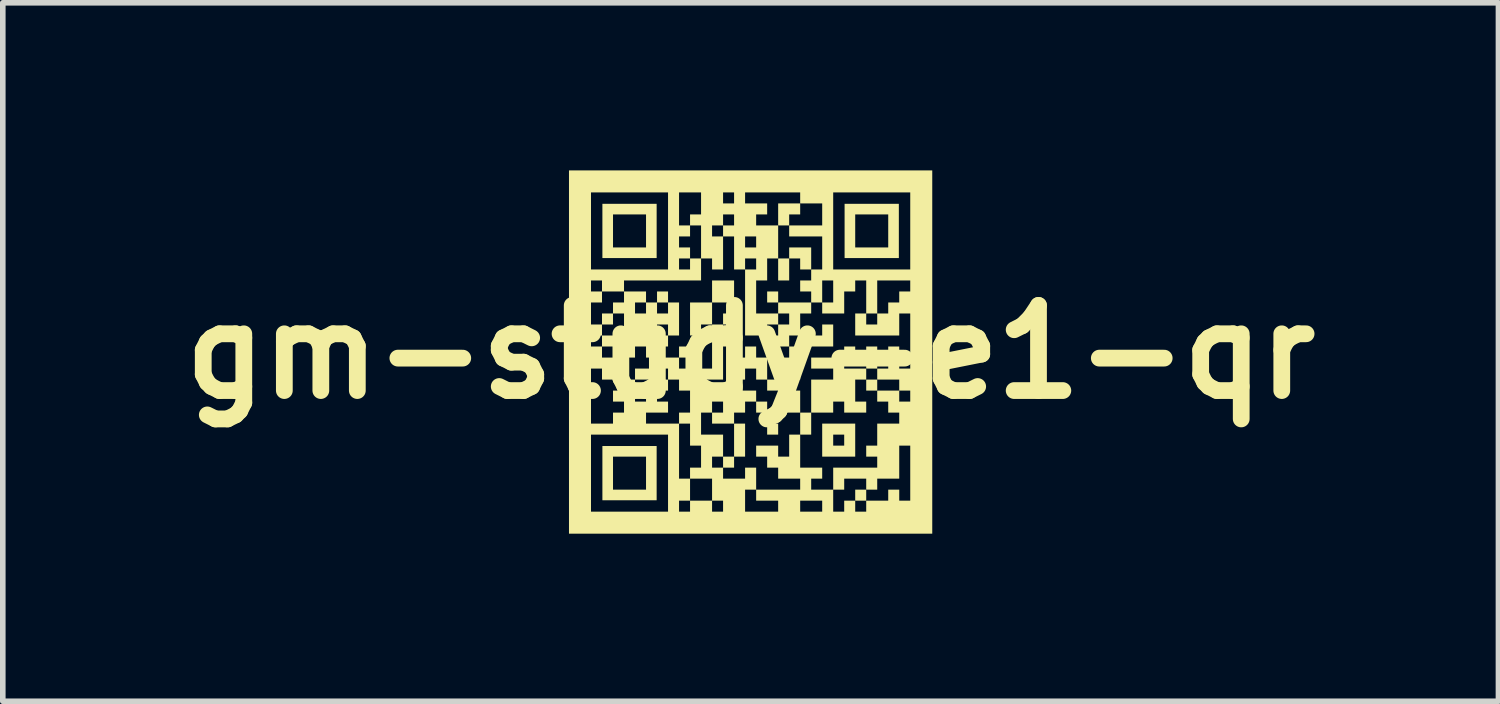
<source format=kicad_pcb>
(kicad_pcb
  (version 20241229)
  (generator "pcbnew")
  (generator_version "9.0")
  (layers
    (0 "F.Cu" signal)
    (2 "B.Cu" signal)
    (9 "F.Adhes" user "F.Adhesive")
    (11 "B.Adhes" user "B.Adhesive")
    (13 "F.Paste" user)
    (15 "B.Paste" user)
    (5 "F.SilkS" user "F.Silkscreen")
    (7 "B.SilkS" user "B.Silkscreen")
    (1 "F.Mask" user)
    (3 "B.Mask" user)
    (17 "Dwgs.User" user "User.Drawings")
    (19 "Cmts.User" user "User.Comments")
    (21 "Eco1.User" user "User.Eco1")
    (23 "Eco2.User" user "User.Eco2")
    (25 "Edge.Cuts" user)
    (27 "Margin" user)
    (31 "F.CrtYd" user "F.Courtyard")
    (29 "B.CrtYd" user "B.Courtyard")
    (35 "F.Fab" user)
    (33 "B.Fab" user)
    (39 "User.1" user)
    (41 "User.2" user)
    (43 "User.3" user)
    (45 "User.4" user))
  (footprint "gm-study-e1-qr"
    (layer "F.Cu")
    (at 10.385 3.251)
    (property "Reference" "gm-study-e1-qr" (at 0 0 0) (layer "F.SilkS") (effects (font (size 1.524 1.524) (thickness 0.3))))
    (attr board_only exclude_from_pos_files exclude_from_bom)
    (fp_poly (pts (xy -2.463 -0.493) (xy -2.66 -0.493) (xy -2.66 -0.69) (xy -2.463 -0.69)) (stroke (width 0) (type solid)) (fill yes) (layer "F.SilkS"))
    (fp_poly (pts (xy -1.675 0.493) (xy -2.069 0.493) (xy -2.069 0.296) (xy -1.675 0.296)) (stroke (width 0) (type solid)) (fill yes) (layer "F.SilkS"))
    (fp_poly (pts (xy -1.478 -0.887) (xy -1.675 -0.887) (xy -1.675 -1.084) (xy -1.478 -1.084)) (stroke (width 0) (type solid)) (fill yes) (layer "F.SilkS"))
    (fp_poly (pts (xy -1.478 0.69) (xy -1.675 0.69) (xy -1.675 0.493) (xy -1.478 0.493)) (stroke (width 0) (type solid)) (fill yes) (layer "F.SilkS"))
    (fp_poly (pts (xy -1.084 0.099) (xy -1.281 0.099) (xy -1.281 -0.099) (xy -1.084 -0.099)) (stroke (width 0) (type solid)) (fill yes) (layer "F.SilkS"))
    (fp_poly (pts (xy -0.296 -0.887) (xy -0.69 -0.887) (xy -0.69 -1.281) (xy -0.296 -1.281)) (stroke (width 0) (type solid)) (fill yes) (layer "F.SilkS"))
    (fp_poly (pts (xy -0.296 -0.493) (xy -0.493 -0.493) (xy -0.493 -0.69) (xy -0.296 -0.69)) (stroke (width 0) (type solid)) (fill yes) (layer "F.SilkS"))
    (fp_poly (pts (xy -0.296 2.069) (xy -0.493 2.069) (xy -0.493 1.872) (xy -0.296 1.872)) (stroke (width 0) (type solid)) (fill yes) (layer "F.SilkS"))
    (fp_poly (pts (xy -0.099 1.872) (xy -0.296 1.872) (xy -0.296 1.281) (xy -0.099 1.281)) (stroke (width 0) (type solid)) (fill yes) (layer "F.SilkS"))
    (fp_poly (pts (xy 0.296 1.084) (xy 0.099 1.084) (xy 0.099 0.887) (xy 0.296 0.887)) (stroke (width 0) (type solid)) (fill yes) (layer "F.SilkS"))
    (fp_poly (pts (xy 0.493 -0.887) (xy 0.296 -0.887) (xy 0.296 -1.084) (xy 0.493 -1.084)) (stroke (width 0) (type solid)) (fill yes) (layer "F.SilkS"))
    (fp_poly (pts (xy 0.493 1.478) (xy 0.296 1.478) (xy 0.296 1.281) (xy 0.493 1.281)) (stroke (width 0) (type solid)) (fill yes) (layer "F.SilkS"))
    (fp_poly (pts (xy 0.69 -1.281) (xy 0.493 -1.281) (xy 0.493 -1.675) (xy 0.69 -1.675)) (stroke (width 0) (type solid)) (fill yes) (layer "F.SilkS"))
    (fp_poly (pts (xy 1.084 1.478) (xy 0.887 1.478) (xy 0.887 1.084) (xy 1.084 1.084)) (stroke (width 0) (type solid)) (fill yes) (layer "F.SilkS"))
    (fp_poly (pts (xy 1.872 0.099) (xy 1.675 0.099) (xy 1.675 -0.099) (xy 1.872 -0.099)) (stroke (width 0) (type solid)) (fill yes) (layer "F.SilkS"))
    (fp_poly (pts (xy 2.069 2.66) (xy 1.872 2.66) (xy 1.872 2.463) (xy 2.069 2.463)) (stroke (width 0) (type solid)) (fill yes) (layer "F.SilkS"))
    (fp_poly (pts (xy 2.266 0.296) (xy 2.069 0.296) (xy 2.069 -0.099) (xy 2.266 -0.099)) (stroke (width 0) (type solid)) (fill yes) (layer "F.SilkS"))
    (fp_poly (pts (xy 2.266 0.69) (xy 2.069 0.69) (xy 2.069 0.493) (xy 2.266 0.493)) (stroke (width 0) (type solid)) (fill yes) (layer "F.SilkS"))
    (fp_poly (pts (xy -0.69 -0.493) (xy -0.887 -0.493) (xy -0.887 -0.296) (xy -1.084 -0.296) (xy -1.084 -0.887) (xy -0.69 -0.887)) (stroke (width 0) (type solid)) (fill yes) (layer "F.SilkS"))
    (fp_poly (pts (xy 0.69 -1.872) (xy 1.084 -1.872) (xy 1.084 -1.478) (xy 0.887 -1.478) (xy 0.887 -1.675) (xy 0.69 -1.675)) (stroke (width 0) (type solid)) (fill yes) (layer "F.SilkS"))
    (fp_poly (pts (xy 0.887 -2.463) (xy 0.69 -2.463) (xy 0.69 -2.266) (xy 0.493 -2.266) (xy 0.493 -2.66) (xy 0.887 -2.66)) (stroke (width 0) (type solid)) (fill yes) (layer "F.SilkS"))
    (fp_poly (pts (xy 0.887 1.084) (xy 0.493 1.084) (xy 0.493 0.887) (xy 0.69 0.887) (xy 0.69 0.69) (xy 0.887 0.69)) (stroke (width 0) (type solid)) (fill yes) (layer "F.SilkS"))
    (fp_poly (pts (xy -1.682 -1.682) (xy -2.653 -1.682) (xy -2.653 -1.872) (xy -2.463 -1.872) (xy -1.872 -1.872) (xy -1.872 -2.463) (xy -2.463 -2.463) (xy -2.463 -1.872) (xy -2.653 -1.872) (xy -2.653 -2.653) (xy -1.682 -2.653)) (stroke (width 0) (type solid)) (fill yes) (layer "F.SilkS"))
    (fp_poly (pts (xy -1.682 2.653) (xy -2.653 2.653) (xy -2.653 2.463) (xy -2.463 2.463) (xy -1.872 2.463) (xy -1.872 1.872) (xy -2.463 1.872) (xy -2.463 2.463) (xy -2.653 2.463) (xy -2.653 1.682) (xy -1.682 1.682)) (stroke (width 0) (type solid)) (fill yes) (layer "F.SilkS"))
    (fp_poly (pts (xy 1.872 1.872) (xy 1.281 1.872) (xy 1.281 1.675) (xy 1.478 1.675) (xy 1.675 1.675) (xy 1.675 1.478) (xy 1.478 1.478) (xy 1.478 1.675) (xy 1.281 1.675) (xy 1.281 1.281) (xy 1.872 1.281)) (stroke (width 0) (type solid)) (fill yes) (layer "F.SilkS"))
    (fp_poly (pts (xy 2.653 -1.682) (xy 1.682 -1.682) (xy 1.682 -1.872) (xy 1.872 -1.872) (xy 2.463 -1.872) (xy 2.463 -2.463) (xy 1.872 -2.463) (xy 1.872 -1.872) (xy 1.682 -1.872) (xy 1.682 -2.653) (xy 2.653 -2.653)) (stroke (width 0) (type solid)) (fill yes) (layer "F.SilkS"))
    (fp_poly (pts (xy 1.675 0.296) (xy 2.069 0.296) (xy 2.069 0.493) (xy 1.872 0.493) (xy 1.872 0.887) (xy 2.069 0.887) (xy 2.069 1.084) (xy 1.675 1.084) (xy 1.675 0.887) (xy 1.478 0.887) (xy 1.478 1.084) (xy 1.084 1.084) (xy 1.084 0.493) (xy 1.478 0.493) (xy 1.478 0.296) (xy 1.084 0.296) (xy 1.084 0.099) (xy 1.675 0.099)) (stroke (width 0) (type solid)) (fill yes) (layer "F.SilkS"))
    (fp_poly (pts (xy 1.084 -0.69) (xy 0.887 -0.69) (xy 0.887 -0.296) (xy 1.281 -0.296) (xy 1.281 -0.493) (xy 1.478 -0.493) (xy 1.478 -0.099) (xy 0.887 -0.099) (xy 0.887 0.493) (xy 0.69 0.493) (xy 0.69 0.69) (xy 0.296 0.69) (xy 0.296 0.493) (xy 0.493 0.493) (xy 0.493 0.099) (xy 0.69 0.099) (xy 0.69 -0.099) (xy 0.887 -0.099) (xy 0.887 -0.296) (xy 0.69 -0.296) (xy 0.69 -0.099) (xy 0.493 -0.099) (xy 0.493 0.099) (xy 0.296 0.099) (xy 0.296 0.493) (xy 0.099 0.493) (xy 0.099 0.296) (xy -0.099 0.296) (xy -0.099 0.493) (xy -0.296 0.493) (xy -0.296 0.099) (xy -0.099 0.099) (xy -0.099 -0.099) (xy 0.099 -0.099) (xy 0.099 0.099) (xy 0.296 0.099) (xy 0.296 -0.296) (xy 0.493 -0.296) (xy 0.493 -0.493) (xy 0.69 -0.493) (xy 0.69 -0.69) (xy 0.493 -0.69) (xy 0.493 -0.887) (xy 1.084 -0.887)) (stroke (width 0) (type solid)) (fill yes) (layer "F.SilkS"))
    (fp_poly (pts (xy 3.251 3.251) (xy -3.251 3.251) (xy -3.251 2.857) (xy -2.857 2.857) (xy -1.478 2.857) (xy -1.281 2.857) (xy -1.084 2.857) (xy -0.69 2.857) (xy -0.493 2.857) (xy -0.099 2.857) (xy 0.493 2.857) (xy 0.887 2.857) (xy 1.281 2.857) (xy 1.478 2.857) (xy 1.675 2.857) (xy 1.675 2.66) (xy 1.872 2.66) (xy 1.872 2.857) (xy 2.069 2.857) (xy 2.069 2.66) (xy 2.463 2.66) (xy 2.463 2.463) (xy 2.66 2.463) (xy 2.66 2.66) (xy 2.857 2.66) (xy 2.857 1.675) (xy 2.66 1.675) (xy 2.66 2.266) (xy 2.266 2.266) (xy 2.266 2.463) (xy 2.069 2.463) (xy 2.069 2.266) (xy 1.675 2.266) (xy 1.675 2.463) (xy 1.478 2.463) (xy 1.478 2.857) (xy 1.281 2.857) (xy 1.281 2.66) (xy 0.887 2.66) (xy 0.887 2.857) (xy 0.493 2.857) (xy 0.493 2.66) (xy 0.099 2.66) (xy 0.099 2.463) (xy -0.099 2.463) (xy -0.099 2.857) (xy -0.493 2.857) (xy -0.493 2.66) (xy -0.69 2.66) (xy -0.69 2.857) (xy -1.084 2.857) (xy -1.084 2.66) (xy -0.69 2.66) (xy -0.69 2.266) (xy -1.084 2.266) (xy -1.084 2.66) (xy -1.281 2.66) (xy -1.281 2.857) (xy -1.478 2.857) (xy -1.478 2.266) (xy -1.281 2.266) (xy -1.084 2.266) (xy -1.084 2.069) (xy -0.887 2.069) (xy -0.887 1.675) (xy -1.084 1.675) (xy -1.084 1.281) (xy -1.281 1.281) (xy -1.281 2.266) (xy -1.478 2.266) (xy -1.478 1.478) (xy -2.857 1.478) (xy -2.857 2.857) (xy -3.251 2.857) (xy -3.251 1.281) (xy -2.857 1.281) (xy -2.463 1.281) (xy -2.463 1.084) (xy -2.266 1.084) (xy -2.266 0.887) (xy -2.463 0.887) (xy -2.463 0.69) (xy -2.266 0.69) (xy -2.266 0.493) (xy -2.069 0.493) (xy -2.069 0.887) (xy -1.872 0.887) (xy -1.872 0.69) (xy -1.675 0.69) (xy -1.675 0.887) (xy -1.478 0.887) (xy -1.478 1.084) (xy -1.872 1.084) (xy -1.872 1.281) (xy -1.281 1.281) (xy -1.281 1.084) (xy -1.084 1.084) (xy -1.084 0.69) (xy -1.281 0.69) (xy -1.281 0.493) (xy -1.478 0.493) (xy -1.478 0.296) (xy -1.675 0.296) (xy -1.675 0.099) (xy -1.872 0.099) (xy -1.872 -0.099) (xy -2.069 -0.099) (xy -2.069 0.099) (xy -2.266 0.099) (xy -2.266 0.493) (xy -2.66 0.493) (xy -2.66 0.296) (xy -2.857 0.296) (xy -2.857 1.281) (xy -3.251 1.281) (xy -3.251 0.099) (xy -2.66 0.099) (xy -2.463 0.099) (xy -2.463 -0.099) (xy -2.66 -0.099) (xy -2.66 0.099) (xy -3.251 0.099) (xy -3.251 -0.099) (xy -2.857 -0.099) (xy -2.66 -0.099) (xy -2.66 -0.296) (xy -2.857 -0.296) (xy -2.857 -0.099) (xy -3.251 -0.099) (xy -3.251 -0.493) (xy -2.857 -0.493) (xy -2.66 -0.493) (xy -2.66 -0.296) (xy -2.266 -0.296) (xy -1.675 -0.296) (xy -1.478 -0.296) (xy -1.478 -0.493) (xy -1.675 -0.493) (xy -1.675 -0.296) (xy -2.266 -0.296) (xy -2.266 -0.69) (xy -2.069 -0.69) (xy -1.872 -0.69) (xy -1.872 -0.887) (xy -2.069 -0.887) (xy -2.069 -0.69) (xy -2.266 -0.69) (xy -2.463 -0.69) (xy -2.463 -0.887) (xy -2.266 -0.887) (xy -2.266 -1.084) (xy -1.872 -1.084) (xy -1.872 -0.887) (xy -1.675 -0.887) (xy -1.675 -0.69) (xy -1.478 -0.69) (xy -1.478 -0.887) (xy -1.281 -0.887) (xy -1.281 -0.296) (xy -1.478 -0.296) (xy -1.478 -0.099) (xy -1.675 -0.099) (xy -1.675 0.099) (xy -1.281 0.099) (xy -1.281 0.296) (xy -0.69 0.296) (xy -0.69 -0.493) (xy -0.493 -0.493) (xy -0.493 -0.296) (xy -0.296 -0.296) (xy -0.296 -0.099) (xy -0.493 -0.099) (xy -0.493 0.493) (xy -0.887 0.493) (xy -0.887 0.69) (xy 0.099 0.69) (xy 0.099 0.887) (xy -0.099 0.887) (xy -0.099 1.084) (xy -0.296 1.084) (xy -0.296 1.281) (xy -0.69 1.281) (xy -0.69 1.084) (xy -0.493 1.084) (xy -0.493 0.887) (xy -0.69 0.887) (xy -0.69 1.084) (xy -0.887 1.084) (xy -0.887 1.478) (xy -0.493 1.478) (xy -0.493 1.872) (xy -0.69 1.872) (xy -0.69 2.069) (xy -0.493 2.069) (xy -0.493 2.266) (xy -0.099 2.266) (xy -0.099 2.069) (xy 0.099 2.069) (xy 0.099 2.463) (xy 0.887 2.463) (xy 0.887 2.266) (xy 0.493 2.266) (xy 0.493 2.069) (xy 0.296 2.069) (xy 0.296 1.872) (xy 0.099 1.872) (xy 0.099 1.675) (xy 0.493 1.675) (xy 0.493 1.872) (xy 0.69 1.872) (xy 0.69 1.478) (xy 0.887 1.478) (xy 0.887 2.069) (xy 1.281 2.069) (xy 1.281 2.266) (xy 1.084 2.266) (xy 1.084 2.463) (xy 1.478 2.463) (xy 1.478 2.069) (xy 2.266 2.069) (xy 2.266 1.872) (xy 2.069 1.872) (xy 2.069 1.675) (xy 2.266 1.675) (xy 2.266 1.281) (xy 2.66 1.281) (xy 2.66 1.084) (xy 2.463 1.084) (xy 2.463 0.887) (xy 2.66 0.887) (xy 2.857 0.887) (xy 2.857 0.69) (xy 2.66 0.69) (xy 2.66 0.887) (xy 2.463 0.887) (xy 2.266 0.887) (xy 2.266 0.69) (xy 2.66 0.69) (xy 2.66 0.493) (xy 2.266 0.493) (xy 2.266 0.296) (xy 2.463 0.296) (xy 2.463 -0.099) (xy 2.66 -0.099) (xy 2.66 0.296) (xy 2.857 0.296) (xy 2.857 -0.69) (xy 2.66 -0.69) (xy 2.66 -0.296) (xy 1.872 -0.296) (xy 1.872 -0.493) (xy 2.069 -0.493) (xy 2.266 -0.493) (xy 2.266 -0.69) (xy 2.463 -0.69) (xy 2.463 -0.887) (xy 2.66 -0.887) (xy 2.66 -1.084) (xy 2.857 -1.084) (xy 2.857 -1.281) (xy 2.266 -1.281) (xy 2.266 -0.69) (xy 2.069 -0.69) (xy 2.069 -0.493) (xy 1.872 -0.493) (xy 1.872 -0.69) (xy 2.069 -0.69) (xy 2.069 -1.281) (xy 1.872 -1.281) (xy 1.872 -1.084) (xy 1.675 -1.084) (xy 1.675 -0.69) (xy 1.281 -0.69) (xy 1.281 -0.887) (xy 1.478 -0.887) (xy 1.478 -1.281) (xy 1.281 -1.281) (xy 1.281 -0.887) (xy 1.084 -0.887) (xy 1.084 -1.084) (xy 0.887 -1.084) (xy 0.887 -1.281) (xy 1.084 -1.281) (xy 1.084 -1.478) (xy 1.281 -1.478) (xy 1.478 -1.478) (xy 2.857 -1.478) (xy 2.857 -2.857) (xy 1.478 -2.857) (xy 1.478 -1.478) (xy 1.281 -1.478) (xy 1.281 -2.069) (xy 0.69 -2.069) (xy 0.69 -2.266) (xy 1.281 -2.266) (xy 1.281 -2.66) (xy 0.887 -2.66) (xy 0.887 -2.857) (xy -0.099 -2.857) (xy -0.099 -2.66) (xy 0.296 -2.66) (xy 0.296 -2.463) (xy 0.099 -2.463) (xy 0.099 -2.266) (xy 0.493 -2.266) (xy 0.493 -1.675) (xy 0.296 -1.675) (xy 0.296 -1.281) (xy 0.099 -1.281) (xy 0.099 -0.69) (xy 0.493 -0.69) (xy 0.493 -0.493) (xy 0.296 -0.493) (xy 0.296 -0.296) (xy -0.099 -0.296) (xy -0.099 -1.478) (xy 0.099 -1.478) (xy 0.099 -1.675) (xy -0.099 -1.675) (xy -0.099 -1.478) (xy -0.296 -1.478) (xy -0.296 -1.872) (xy -0.099 -1.872) (xy 0.099 -1.872) (xy 0.099 -2.069) (xy -0.099 -2.069) (xy -0.099 -1.872) (xy -0.296 -1.872) (xy -0.296 -2.069) (xy -0.493 -2.069) (xy -0.493 -1.478) (xy -0.69 -1.478) (xy -0.69 -1.675) (xy -0.887 -1.675) (xy -0.887 -1.281) (xy -2.266 -1.281) (xy -2.266 -1.084) (xy -2.66 -1.084) (xy -2.66 -0.887) (xy -2.857 -0.887) (xy -2.857 -0.493) (xy -3.251 -0.493) (xy -3.251 -1.084) (xy -2.857 -1.084) (xy -2.66 -1.084) (xy -2.66 -1.281) (xy -2.857 -1.281) (xy -2.857 -1.084) (xy -3.251 -1.084) (xy -3.251 -1.478) (xy -2.857 -1.478) (xy -1.478 -1.478) (xy -1.281 -1.478) (xy -1.084 -1.478) (xy -1.084 -1.675) (xy -1.281 -1.675) (xy -1.281 -1.478) (xy -1.478 -1.478) (xy -1.478 -1.872) (xy -1.281 -1.872) (xy -1.084 -1.872) (xy -1.084 -1.675) (xy -0.887 -1.675) (xy -0.887 -2.069) (xy -0.69 -2.069) (xy -0.493 -2.069) (xy -0.493 -2.266) (xy -0.296 -2.266) (xy -0.296 -2.463) (xy -0.493 -2.463) (xy -0.493 -2.266) (xy -0.69 -2.266) (xy -0.69 -2.069) (xy -0.887 -2.069) (xy -0.887 -2.266) (xy -1.084 -2.266) (xy -1.084 -2.069) (xy -1.281 -2.069) (xy -1.281 -1.872) (xy -1.478 -1.872) (xy -1.478 -2.266) (xy -1.281 -2.266) (xy -1.084 -2.266) (xy -1.084 -2.463) (xy -0.887 -2.463) (xy -0.887 -2.66) (xy -0.493 -2.66) (xy -0.296 -2.66) (xy -0.296 -2.857) (xy -0.493 -2.857) (xy -0.493 -2.66) (xy -0.887 -2.66) (xy -0.887 -2.857) (xy -1.281 -2.857) (xy -1.281 -2.266) (xy -1.478 -2.266) (xy -1.478 -2.857) (xy -2.857 -2.857) (xy -2.857 -1.478) (xy -3.251 -1.478) (xy -3.251 -3.251) (xy 3.251 -3.251)) (stroke (width 0) (type solid)) (fill yes) (layer "F.SilkS")))
  (gr_rect
    (start -3 -3)
    (end 23.77 9.501)
    (stroke (width 0.1) (type default))
    (fill no)
    (layer "Edge.Cuts")))
</source>
